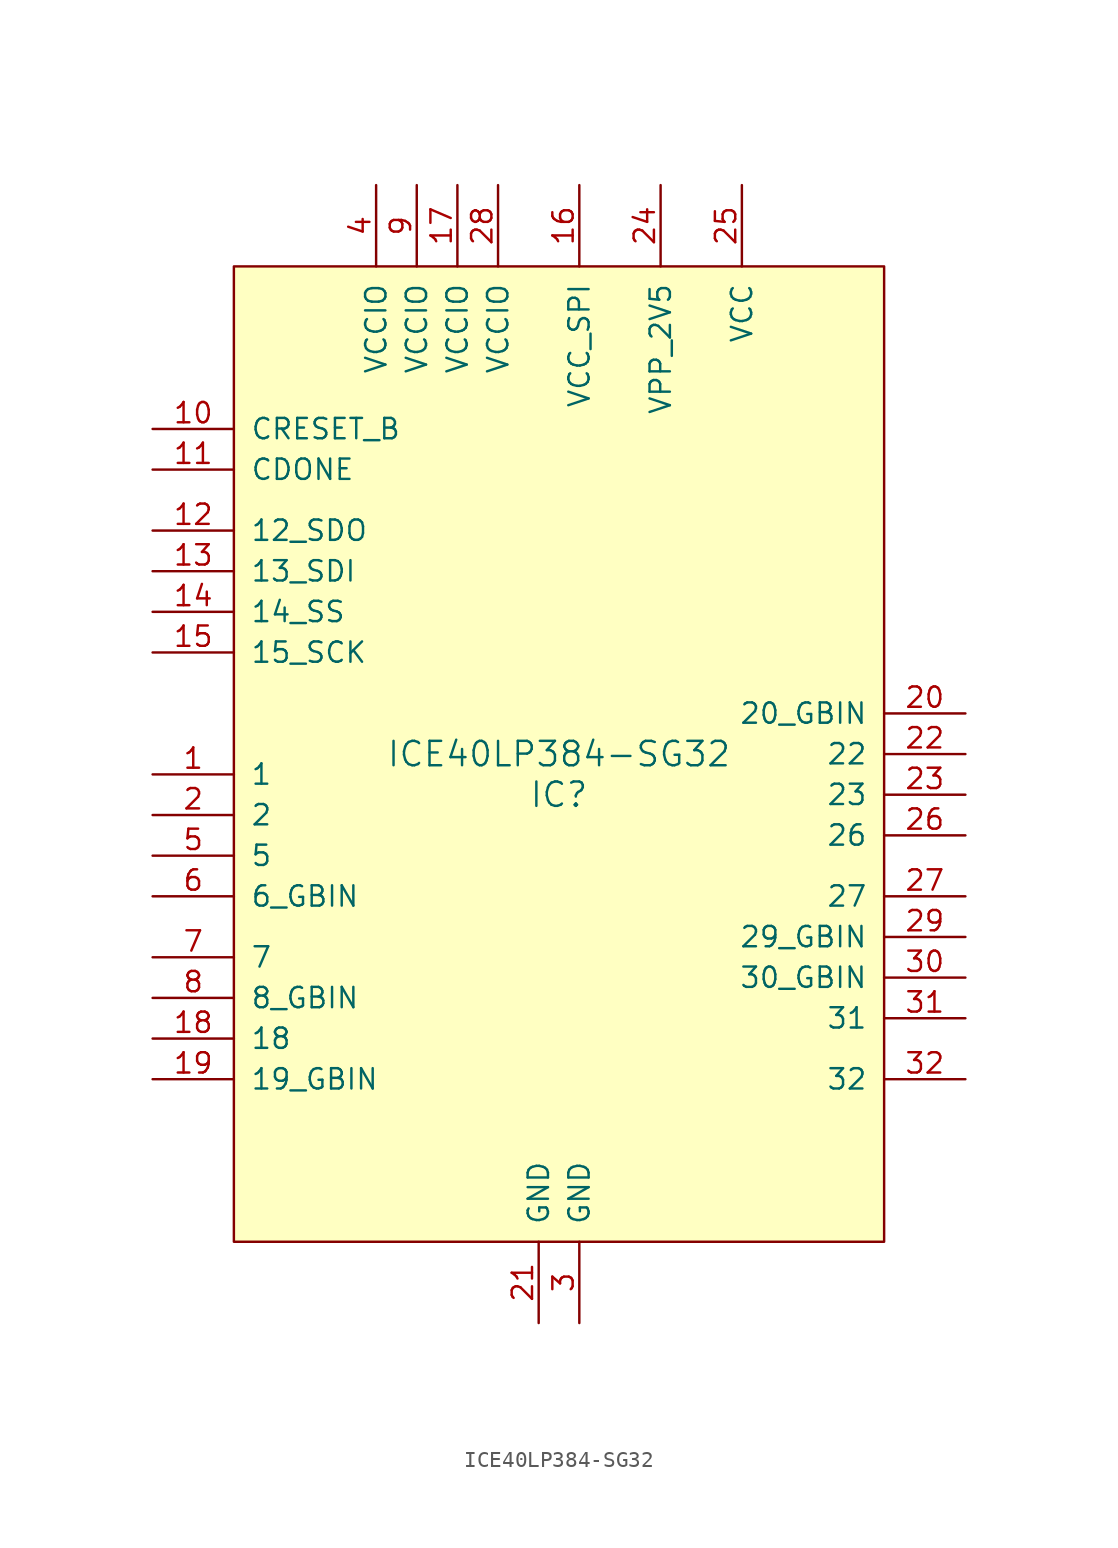
<source format=kicad_sym>
(kicad_symbol_lib
  (version 20241209)
  (generator "kicad_symbol_editor")
  (generator_version "9.0")
  (symbol "ICE40LP384-SG32"
    (pin_names
      (offset 1.016))
    (property "Reference" "IC"
      (at 0 -2.54 0)
      (effects (font (size 1.524 1.524))))
    (property "Value" "ICE40LP384-SG32"
      (at 0 0 0)
      (effects (font (size 1.524 1.524))))
    (property "Footprint" ""
      (at 8.89 -2.54 0)
      (effects (font (size 1.524 1.524))))
    (property "Datasheet" ""
      (at 8.89 -2.54 0)
      (effects (font (size 1.524 1.524))))
    (symbol "ICE40LP384-SG32_0_1"
      (rectangle (start -20.32 30.48) (end 20.32 -30.48) (stroke (width 0) (type solid)) (fill (type background))))
    (symbol "ICE40LP384-SG32_1_1"
      (pin input line (at -25.4 20.32 0) (length 5.08) (name "CRESET_B" (effects (font (size 1.27 1.27)))) (number "10" (effects (font (size 1.27 1.27)))))
      (pin bidirectional line (at -25.4 17.78 0) (length 5.08) (name "CDONE" (effects (font (size 1.27 1.27)))) (number "11" (effects (font (size 1.27 1.27)))))
      (pin bidirectional line (at -25.4 13.97 0) (length 5.08) (name "12_SDO" (effects (font (size 1.27 1.27)))) (number "12" (effects (font (size 1.27 1.27)))))
      (pin bidirectional line (at -25.4 11.43 0) (length 5.08) (name "13_SDI" (effects (font (size 1.27 1.27)))) (number "13" (effects (font (size 1.27 1.27)))))
      (pin bidirectional line (at -25.4 8.89 0) (length 5.08) (name "14_SS" (effects (font (size 1.27 1.27)))) (number "14" (effects (font (size 1.27 1.27)))))
      (pin bidirectional line (at -25.4 6.35 0) (length 5.08) (name "15_SCK" (effects (font (size 1.27 1.27)))) (number "15" (effects (font (size 1.27 1.27)))))
      (pin bidirectional line (at -25.4 -1.27 0) (length 5.08) (name "1" (effects (font (size 1.27 1.27)))) (number "1" (effects (font (size 1.27 1.27)))))
      (pin bidirectional line (at -25.4 -3.81 0) (length 5.08) (name "2" (effects (font (size 1.27 1.27)))) (number "2" (effects (font (size 1.27 1.27)))))
      (pin bidirectional line (at -25.4 -6.35 0) (length 5.08) (name "5" (effects (font (size 1.27 1.27)))) (number "5" (effects (font (size 1.27 1.27)))))
      (pin bidirectional line (at -25.4 -8.89 0) (length 5.08) (name "6_GBIN" (effects (font (size 1.27 1.27)))) (number "6" (effects (font (size 1.27 1.27)))))
      (pin bidirectional line (at -25.4 -12.7 0) (length 5.08) (name "7" (effects (font (size 1.27 1.27)))) (number "7" (effects (font (size 1.27 1.27)))))
      (pin bidirectional line (at -25.4 -15.24 0) (length 5.08) (name "8_GBIN" (effects (font (size 1.27 1.27)))) (number "8" (effects (font (size 1.27 1.27)))))
      (pin bidirectional line (at -25.4 -17.78 0) (length 5.08) (name "18" (effects (font (size 1.27 1.27)))) (number "18" (effects (font (size 1.27 1.27)))))
      (pin bidirectional line (at -25.4 -20.32 0) (length 5.08) (name "19_GBIN" (effects (font (size 1.27 1.27)))) (number "19" (effects (font (size 1.27 1.27)))))
      (pin power_in line (at -11.43 35.56 270) (length 5.08) (name "VCCIO" (effects (font (size 1.27 1.27)))) (number "4" (effects (font (size 1.27 1.27)))))
      (pin power_in line (at -8.89 35.56 270) (length 5.08) (name "VCCIO" (effects (font (size 1.27 1.27)))) (number "9" (effects (font (size 1.27 1.27)))))
      (pin power_in line (at -6.35 35.56 270) (length 5.08) (name "VCCIO" (effects (font (size 1.27 1.27)))) (number "17" (effects (font (size 1.27 1.27)))))
      (pin power_in line (at -3.81 35.56 270) (length 5.08) (name "VCCIO" (effects (font (size 1.27 1.27)))) (number "28" (effects (font (size 1.27 1.27)))))
      (pin power_in line (at -1.27 -35.56 90) (length 5.08) (name "GND" (effects (font (size 1.27 1.27)))) (number "21" (effects (font (size 1.27 1.27)))))
      (pin power_in line (at 1.27 35.56 270) (length 5.08) (name "VCC_SPI" (effects (font (size 1.27 1.27)))) (number "16" (effects (font (size 1.27 1.27)))))
      (pin power_in line (at 1.27 -35.56 90) (length 5.08) (name "GND" (effects (font (size 1.27 1.27)))) (number "3" (effects (font (size 1.27 1.27)))))
      (pin no_connect non_logic (at 3.81 -35.56 90) (length 5.08) (hide yes) (name "center_pad" (effects (font (size 1.27 1.27)))) (number "33" (effects (font (size 1.27 1.27)))))
      (pin power_in line (at 6.35 35.56 270) (length 5.08) (name "VPP_2V5" (effects (font (size 1.27 1.27)))) (number "24" (effects (font (size 1.27 1.27)))))
      (pin power_in line (at 11.43 35.56 270) (length 5.08) (name "VCC" (effects (font (size 1.27 1.27)))) (number "25" (effects (font (size 1.27 1.27)))))
      (pin bidirectional line (at 25.4 2.54 180) (length 5.08) (name "20_GBIN" (effects (font (size 1.27 1.27)))) (number "20" (effects (font (size 1.27 1.27)))))
      (pin bidirectional line (at 25.4 0 180) (length 5.08) (name "22" (effects (font (size 1.27 1.27)))) (number "22" (effects (font (size 1.27 1.27)))))
      (pin bidirectional line (at 25.4 -2.54 180) (length 5.08) (name "23" (effects (font (size 1.27 1.27)))) (number "23" (effects (font (size 1.27 1.27)))))
      (pin bidirectional line (at 25.4 -5.08 180) (length 5.08) (name "26" (effects (font (size 1.27 1.27)))) (number "26" (effects (font (size 1.27 1.27)))))
      (pin bidirectional line (at 25.4 -8.89 180) (length 5.08) (name "27" (effects (font (size 1.27 1.27)))) (number "27" (effects (font (size 1.27 1.27)))))
      (pin bidirectional line (at 25.4 -11.43 180) (length 5.08) (name "29_GBIN" (effects (font (size 1.27 1.27)))) (number "29" (effects (font (size 1.27 1.27)))))
      (pin bidirectional line (at 25.4 -13.97 180) (length 5.08) (name "30_GBIN" (effects (font (size 1.27 1.27)))) (number "30" (effects (font (size 1.27 1.27)))))
      (pin bidirectional line (at 25.4 -16.51 180) (length 5.08) (name "31" (effects (font (size 1.27 1.27)))) (number "31" (effects (font (size 1.27 1.27)))))
      (pin bidirectional line (at 25.4 -20.32 180) (length 5.08) (name "32" (effects (font (size 1.27 1.27)))) (number "32" (effects (font (size 1.27 1.27))))))))
</source>
